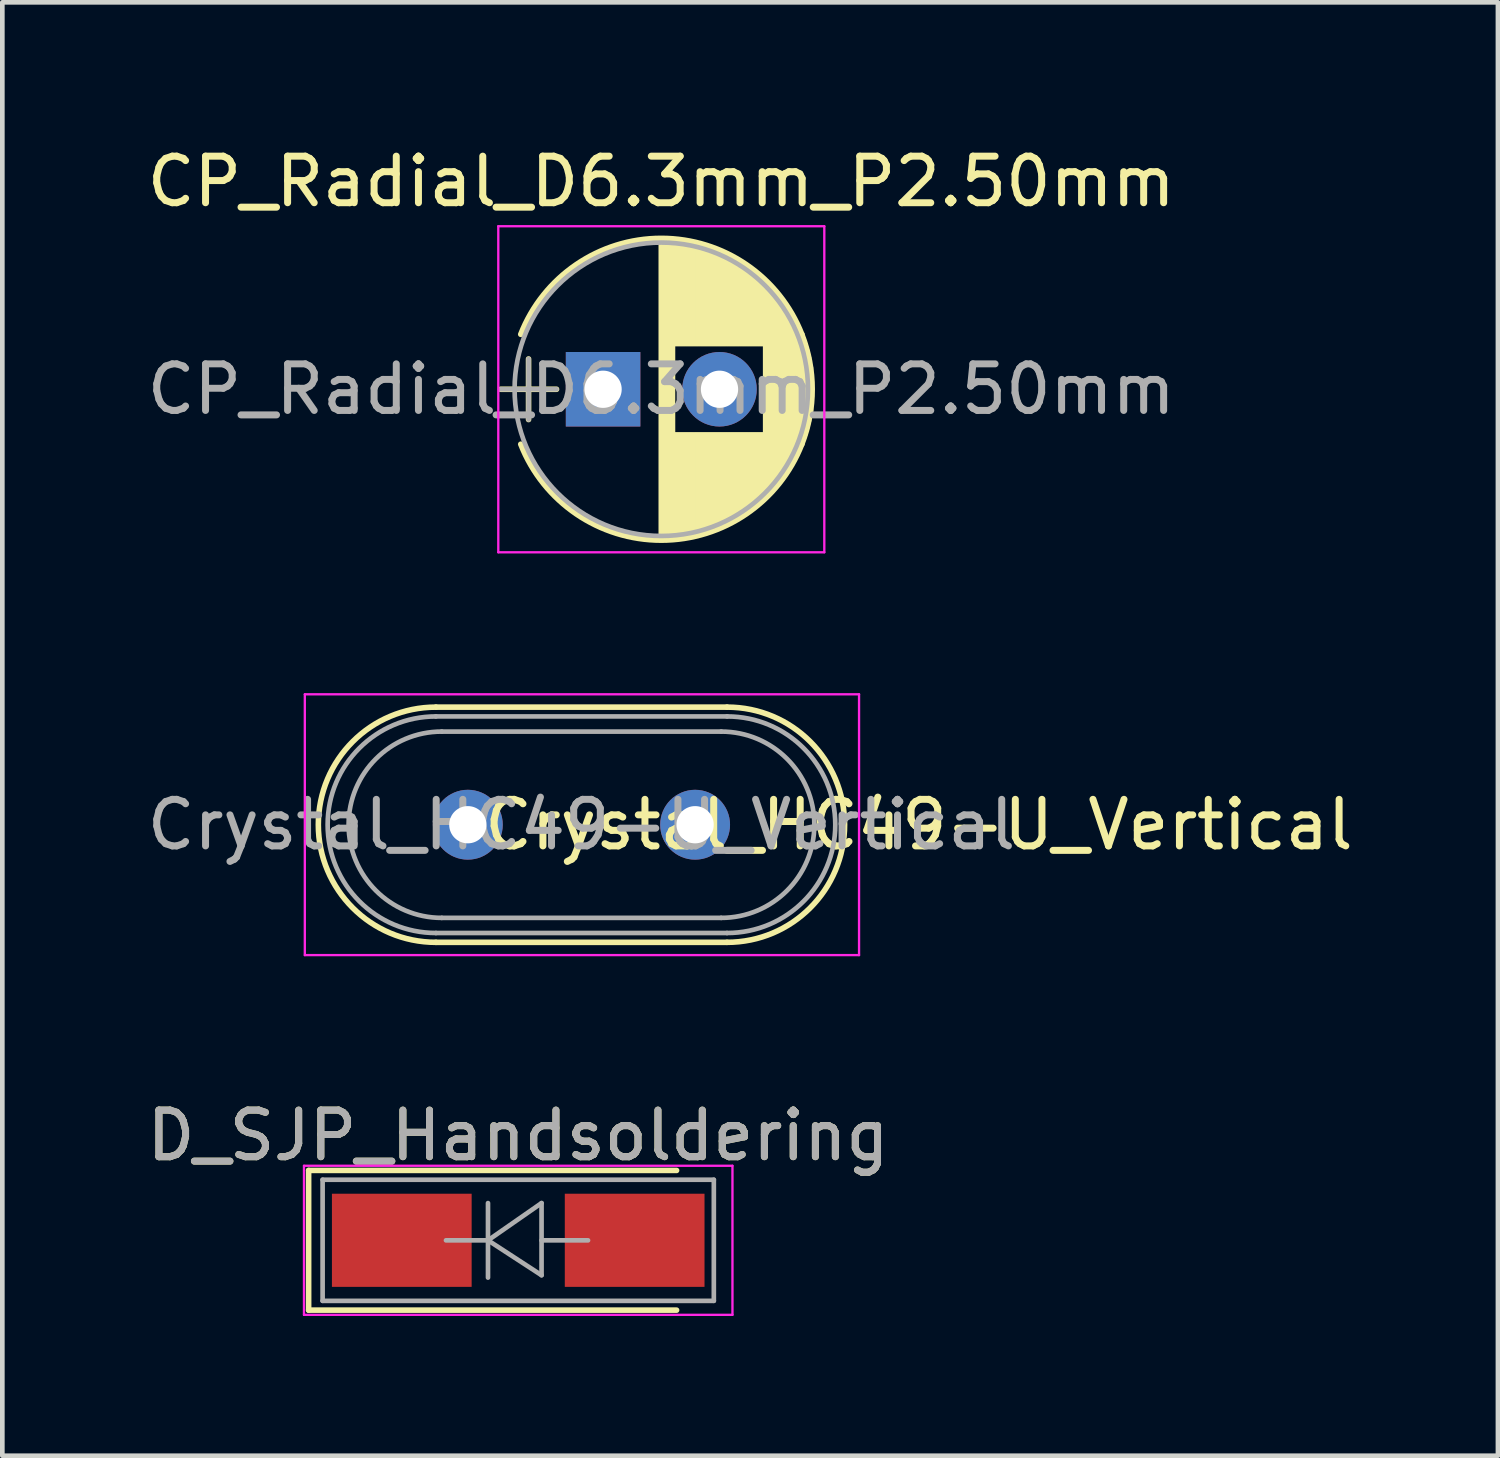
<source format=kicad_pcb>
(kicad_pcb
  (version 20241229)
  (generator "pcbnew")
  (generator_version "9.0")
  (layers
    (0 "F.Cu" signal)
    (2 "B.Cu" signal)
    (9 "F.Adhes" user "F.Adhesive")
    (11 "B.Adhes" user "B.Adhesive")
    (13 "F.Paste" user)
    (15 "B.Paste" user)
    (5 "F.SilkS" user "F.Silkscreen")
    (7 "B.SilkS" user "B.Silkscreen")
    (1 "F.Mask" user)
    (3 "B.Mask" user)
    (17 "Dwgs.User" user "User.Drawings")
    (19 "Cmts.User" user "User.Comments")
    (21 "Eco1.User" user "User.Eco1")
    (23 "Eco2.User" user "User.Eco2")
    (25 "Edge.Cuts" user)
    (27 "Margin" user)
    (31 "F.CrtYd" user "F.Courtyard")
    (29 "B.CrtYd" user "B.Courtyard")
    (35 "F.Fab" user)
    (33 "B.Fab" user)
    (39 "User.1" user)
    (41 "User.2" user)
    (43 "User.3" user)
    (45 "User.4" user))
  (footprint "Crystal_HC49-U_Vertical"
    (layer "F.Cu")
    (at 6.995 14.658)
    (property "Reference" "Crystal_HC49-U_Vertical" (at 9.684 0 0) (layer "F.SilkS") (effects (font (size 1 1) (thickness 0.15))))
    (attr through_hole)
    (fp_line (start -0.685 -2.525) (end 5.565 -2.525) (stroke (width 0.12) (type solid)) (layer "F.SilkS"))
    (fp_line (start -0.685 2.525) (end 5.565 2.525) (stroke (width 0.12) (type solid)) (layer "F.SilkS"))
    (fp_arc (start -0.685 2.525) (mid -3.21 0) (end -0.685 -2.525) (stroke (width 0.12) (type solid)) (layer "F.SilkS"))
    (fp_arc (start 5.565 -2.525) (mid 8.09 0) (end 5.565 2.525) (stroke (width 0.12) (type solid)) (layer "F.SilkS"))
    (fp_line (start -3.5 -2.8) (end -3.5 2.8) (stroke (width 0.05) (type solid)) (layer "F.CrtYd"))
    (fp_line (start -3.5 2.8) (end 8.4 2.8) (stroke (width 0.05) (type solid)) (layer "F.CrtYd"))
    (fp_line (start 8.4 -2.8) (end -3.5 -2.8) (stroke (width 0.05) (type solid)) (layer "F.CrtYd"))
    (fp_line (start 8.4 2.8) (end 8.4 -2.8) (stroke (width 0.05) (type solid)) (layer "F.CrtYd"))
    (fp_line (start -0.685 -2.325) (end 5.565 -2.325) (stroke (width 0.1) (type solid)) (layer "F.Fab"))
    (fp_line (start -0.685 2.325) (end 5.565 2.325) (stroke (width 0.1) (type solid)) (layer "F.Fab"))
    (fp_line (start -0.56 -2) (end 5.44 -2) (stroke (width 0.1) (type solid)) (layer "F.Fab"))
    (fp_line (start -0.56 2) (end 5.44 2) (stroke (width 0.1) (type solid)) (layer "F.Fab"))
    (fp_arc (start -0.685 2.325) (mid -3.01 0) (end -0.685 -2.325) (stroke (width 0.1) (type solid)) (layer "F.Fab"))
    (fp_arc (start -0.56 2) (mid -2.56 0) (end -0.56 -2) (stroke (width 0.1) (type solid)) (layer "F.Fab"))
    (fp_arc (start 5.44 -2) (mid 7.44 0) (end 5.44 2) (stroke (width 0.1) (type solid)) (layer "F.Fab"))
    (fp_arc (start 5.565 -2.325) (mid 7.89 0) (end 5.565 2.325) (stroke (width 0.1) (type solid)) (layer "F.Fab"))
    (fp_text user "${REFERENCE}" (at 2.44 0 0) (layer "F.Fab") (effects (font (size 1 1) (thickness 0.15))))
    (pad "1" thru_hole circle (at 0 0) (size 1.5 1.5) (drill 0.8) (layers "*.Cu" "*.Mask"))
    (pad "2" thru_hole circle (at 4.88 0) (size 1.5 1.5) (drill 0.8) (layers "*.Cu" "*.Mask")))
  (footprint "CP_Radial_D6.3mm_P2.50mm"
    (layer "F.Cu")
    (at 9.899 5.308)
    (property "Reference" "CP_Radial_D6.3mm_P2.50mm" (at 1.25 -4.46 180) (layer "F.SilkS") (effects (font (size 1 1) (thickness 0.15))))
    (attr through_hole)
    (fp_line (start -2.2 0) (end -1 0) (stroke (width 0.12) (type solid)) (layer "F.SilkS"))
    (fp_line (start -1.6 -0.65) (end -1.6 0.65) (stroke (width 0.12) (type solid)) (layer "F.SilkS"))
    (fp_line (start 1.25 -3.2) (end 1.25 3.2) (stroke (width 0.12) (type solid)) (layer "F.SilkS"))
    (fp_line (start 1.29 -3.2) (end 1.29 3.2) (stroke (width 0.12) (type solid)) (layer "F.SilkS"))
    (fp_line (start 1.33 -3.2) (end 1.33 3.2) (stroke (width 0.12) (type solid)) (layer "F.SilkS"))
    (fp_line (start 1.37 -3.198) (end 1.37 3.198) (stroke (width 0.12) (type solid)) (layer "F.SilkS"))
    (fp_line (start 1.41 -3.197) (end 1.41 3.197) (stroke (width 0.12) (type solid)) (layer "F.SilkS"))
    (fp_line (start 1.45 -3.194) (end 1.45 3.194) (stroke (width 0.12) (type solid)) (layer "F.SilkS"))
    (fp_line (start 1.49 -3.192) (end 1.49 3.192) (stroke (width 0.12) (type solid)) (layer "F.SilkS"))
    (fp_line (start 1.53 -3.188) (end 1.53 -0.98) (stroke (width 0.12) (type solid)) (layer "F.SilkS"))
    (fp_line (start 1.53 0.98) (end 1.53 3.188) (stroke (width 0.12) (type solid)) (layer "F.SilkS"))
    (fp_line (start 1.57 -3.185) (end 1.57 -0.98) (stroke (width 0.12) (type solid)) (layer "F.SilkS"))
    (fp_line (start 1.57 0.98) (end 1.57 3.185) (stroke (width 0.12) (type solid)) (layer "F.SilkS"))
    (fp_line (start 1.61 -3.18) (end 1.61 -0.98) (stroke (width 0.12) (type solid)) (layer "F.SilkS"))
    (fp_line (start 1.61 0.98) (end 1.61 3.18) (stroke (width 0.12) (type solid)) (layer "F.SilkS"))
    (fp_line (start 1.65 -3.176) (end 1.65 -0.98) (stroke (width 0.12) (type solid)) (layer "F.SilkS"))
    (fp_line (start 1.65 0.98) (end 1.65 3.176) (stroke (width 0.12) (type solid)) (layer "F.SilkS"))
    (fp_line (start 1.69 -3.17) (end 1.69 -0.98) (stroke (width 0.12) (type solid)) (layer "F.SilkS"))
    (fp_line (start 1.69 0.98) (end 1.69 3.17) (stroke (width 0.12) (type solid)) (layer "F.SilkS"))
    (fp_line (start 1.73 -3.165) (end 1.73 -0.98) (stroke (width 0.12) (type solid)) (layer "F.SilkS"))
    (fp_line (start 1.73 0.98) (end 1.73 3.165) (stroke (width 0.12) (type solid)) (layer "F.SilkS"))
    (fp_line (start 1.77 -3.158) (end 1.77 -0.98) (stroke (width 0.12) (type solid)) (layer "F.SilkS"))
    (fp_line (start 1.77 0.98) (end 1.77 3.158) (stroke (width 0.12) (type solid)) (layer "F.SilkS"))
    (fp_line (start 1.81 -3.152) (end 1.81 -0.98) (stroke (width 0.12) (type solid)) (layer "F.SilkS"))
    (fp_line (start 1.81 0.98) (end 1.81 3.152) (stroke (width 0.12) (type solid)) (layer "F.SilkS"))
    (fp_line (start 1.85 -3.144) (end 1.85 -0.98) (stroke (width 0.12) (type solid)) (layer "F.SilkS"))
    (fp_line (start 1.85 0.98) (end 1.85 3.144) (stroke (width 0.12) (type solid)) (layer "F.SilkS"))
    (fp_line (start 1.89 -3.137) (end 1.89 -0.98) (stroke (width 0.12) (type solid)) (layer "F.SilkS"))
    (fp_line (start 1.89 0.98) (end 1.89 3.137) (stroke (width 0.12) (type solid)) (layer "F.SilkS"))
    (fp_line (start 1.93 -3.128) (end 1.93 -0.98) (stroke (width 0.12) (type solid)) (layer "F.SilkS"))
    (fp_line (start 1.93 0.98) (end 1.93 3.128) (stroke (width 0.12) (type solid)) (layer "F.SilkS"))
    (fp_line (start 1.971 -3.119) (end 1.971 -0.98) (stroke (width 0.12) (type solid)) (layer "F.SilkS"))
    (fp_line (start 1.971 0.98) (end 1.971 3.119) (stroke (width 0.12) (type solid)) (layer "F.SilkS"))
    (fp_line (start 2.011 -3.11) (end 2.011 -0.98) (stroke (width 0.12) (type solid)) (layer "F.SilkS"))
    (fp_line (start 2.011 0.98) (end 2.011 3.11) (stroke (width 0.12) (type solid)) (layer "F.SilkS"))
    (fp_line (start 2.051 -3.1) (end 2.051 -0.98) (stroke (width 0.12) (type solid)) (layer "F.SilkS"))
    (fp_line (start 2.051 0.98) (end 2.051 3.1) (stroke (width 0.12) (type solid)) (layer "F.SilkS"))
    (fp_line (start 2.091 -3.09) (end 2.091 -0.98) (stroke (width 0.12) (type solid)) (layer "F.SilkS"))
    (fp_line (start 2.091 0.98) (end 2.091 3.09) (stroke (width 0.12) (type solid)) (layer "F.SilkS"))
    (fp_line (start 2.131 -3.079) (end 2.131 -0.98) (stroke (width 0.12) (type solid)) (layer "F.SilkS"))
    (fp_line (start 2.131 0.98) (end 2.131 3.079) (stroke (width 0.12) (type solid)) (layer "F.SilkS"))
    (fp_line (start 2.171 -3.067) (end 2.171 -0.98) (stroke (width 0.12) (type solid)) (layer "F.SilkS"))
    (fp_line (start 2.171 0.98) (end 2.171 3.067) (stroke (width 0.12) (type solid)) (layer "F.SilkS"))
    (fp_line (start 2.211 -3.055) (end 2.211 -0.98) (stroke (width 0.12) (type solid)) (layer "F.SilkS"))
    (fp_line (start 2.211 0.98) (end 2.211 3.055) (stroke (width 0.12) (type solid)) (layer "F.SilkS"))
    (fp_line (start 2.251 -3.042) (end 2.251 -0.98) (stroke (width 0.12) (type solid)) (layer "F.SilkS"))
    (fp_line (start 2.251 0.98) (end 2.251 3.042) (stroke (width 0.12) (type solid)) (layer "F.SilkS"))
    (fp_line (start 2.291 -3.029) (end 2.291 -0.98) (stroke (width 0.12) (type solid)) (layer "F.SilkS"))
    (fp_line (start 2.291 0.98) (end 2.291 3.029) (stroke (width 0.12) (type solid)) (layer "F.SilkS"))
    (fp_line (start 2.331 -3.015) (end 2.331 -0.98) (stroke (width 0.12) (type solid)) (layer "F.SilkS"))
    (fp_line (start 2.331 0.98) (end 2.331 3.015) (stroke (width 0.12) (type solid)) (layer "F.SilkS"))
    (fp_line (start 2.371 -3.001) (end 2.371 -0.98) (stroke (width 0.12) (type solid)) (layer "F.SilkS"))
    (fp_line (start 2.371 0.98) (end 2.371 3.001) (stroke (width 0.12) (type solid)) (layer "F.SilkS"))
    (fp_line (start 2.411 -2.986) (end 2.411 -0.98) (stroke (width 0.12) (type solid)) (layer "F.SilkS"))
    (fp_line (start 2.411 0.98) (end 2.411 2.986) (stroke (width 0.12) (type solid)) (layer "F.SilkS"))
    (fp_line (start 2.451 -2.97) (end 2.451 -0.98) (stroke (width 0.12) (type solid)) (layer "F.SilkS"))
    (fp_line (start 2.451 0.98) (end 2.451 2.97) (stroke (width 0.12) (type solid)) (layer "F.SilkS"))
    (fp_line (start 2.491 -2.954) (end 2.491 -0.98) (stroke (width 0.12) (type solid)) (layer "F.SilkS"))
    (fp_line (start 2.491 0.98) (end 2.491 2.954) (stroke (width 0.12) (type solid)) (layer "F.SilkS"))
    (fp_line (start 2.531 -2.937) (end 2.531 -0.98) (stroke (width 0.12) (type solid)) (layer "F.SilkS"))
    (fp_line (start 2.531 0.98) (end 2.531 2.937) (stroke (width 0.12) (type solid)) (layer "F.SilkS"))
    (fp_line (start 2.571 -2.919) (end 2.571 -0.98) (stroke (width 0.12) (type solid)) (layer "F.SilkS"))
    (fp_line (start 2.571 0.98) (end 2.571 2.919) (stroke (width 0.12) (type solid)) (layer "F.SilkS"))
    (fp_line (start 2.611 -2.901) (end 2.611 -0.98) (stroke (width 0.12) (type solid)) (layer "F.SilkS"))
    (fp_line (start 2.611 0.98) (end 2.611 2.901) (stroke (width 0.12) (type solid)) (layer "F.SilkS"))
    (fp_line (start 2.651 -2.882) (end 2.651 -0.98) (stroke (width 0.12) (type solid)) (layer "F.SilkS"))
    (fp_line (start 2.651 0.98) (end 2.651 2.882) (stroke (width 0.12) (type solid)) (layer "F.SilkS"))
    (fp_line (start 2.691 -2.863) (end 2.691 -0.98) (stroke (width 0.12) (type solid)) (layer "F.SilkS"))
    (fp_line (start 2.691 0.98) (end 2.691 2.863) (stroke (width 0.12) (type solid)) (layer "F.SilkS"))
    (fp_line (start 2.731 -2.843) (end 2.731 -0.98) (stroke (width 0.12) (type solid)) (layer "F.SilkS"))
    (fp_line (start 2.731 0.98) (end 2.731 2.843) (stroke (width 0.12) (type solid)) (layer "F.SilkS"))
    (fp_line (start 2.771 -2.822) (end 2.771 -0.98) (stroke (width 0.12) (type solid)) (layer "F.SilkS"))
    (fp_line (start 2.771 0.98) (end 2.771 2.822) (stroke (width 0.12) (type solid)) (layer "F.SilkS"))
    (fp_line (start 2.811 -2.8) (end 2.811 -0.98) (stroke (width 0.12) (type solid)) (layer "F.SilkS"))
    (fp_line (start 2.811 0.98) (end 2.811 2.8) (stroke (width 0.12) (type solid)) (layer "F.SilkS"))
    (fp_line (start 2.851 -2.778) (end 2.851 -0.98) (stroke (width 0.12) (type solid)) (layer "F.SilkS"))
    (fp_line (start 2.851 0.98) (end 2.851 2.778) (stroke (width 0.12) (type solid)) (layer "F.SilkS"))
    (fp_line (start 2.891 -2.755) (end 2.891 -0.98) (stroke (width 0.12) (type solid)) (layer "F.SilkS"))
    (fp_line (start 2.891 0.98) (end 2.891 2.755) (stroke (width 0.12) (type solid)) (layer "F.SilkS"))
    (fp_line (start 2.931 -2.731) (end 2.931 -0.98) (stroke (width 0.12) (type solid)) (layer "F.SilkS"))
    (fp_line (start 2.931 0.98) (end 2.931 2.731) (stroke (width 0.12) (type solid)) (layer "F.SilkS"))
    (fp_line (start 2.971 -2.706) (end 2.971 -0.98) (stroke (width 0.12) (type solid)) (layer "F.SilkS"))
    (fp_line (start 2.971 0.98) (end 2.971 2.706) (stroke (width 0.12) (type solid)) (layer "F.SilkS"))
    (fp_line (start 3.011 -2.681) (end 3.011 -0.98) (stroke (width 0.12) (type solid)) (layer "F.SilkS"))
    (fp_line (start 3.011 0.98) (end 3.011 2.681) (stroke (width 0.12) (type solid)) (layer "F.SilkS"))
    (fp_line (start 3.051 -2.654) (end 3.051 -0.98) (stroke (width 0.12) (type solid)) (layer "F.SilkS"))
    (fp_line (start 3.051 0.98) (end 3.051 2.654) (stroke (width 0.12) (type solid)) (layer "F.SilkS"))
    (fp_line (start 3.091 -2.627) (end 3.091 -0.98) (stroke (width 0.12) (type solid)) (layer "F.SilkS"))
    (fp_line (start 3.091 0.98) (end 3.091 2.627) (stroke (width 0.12) (type solid)) (layer "F.SilkS"))
    (fp_line (start 3.131 -2.599) (end 3.131 -0.98) (stroke (width 0.12) (type solid)) (layer "F.SilkS"))
    (fp_line (start 3.131 0.98) (end 3.131 2.599) (stroke (width 0.12) (type solid)) (layer "F.SilkS"))
    (fp_line (start 3.171 -2.57) (end 3.171 -0.98) (stroke (width 0.12) (type solid)) (layer "F.SilkS"))
    (fp_line (start 3.171 0.98) (end 3.171 2.57) (stroke (width 0.12) (type solid)) (layer "F.SilkS"))
    (fp_line (start 3.211 -2.54) (end 3.211 -0.98) (stroke (width 0.12) (type solid)) (layer "F.SilkS"))
    (fp_line (start 3.211 0.98) (end 3.211 2.54) (stroke (width 0.12) (type solid)) (layer "F.SilkS"))
    (fp_line (start 3.251 -2.51) (end 3.251 -0.98) (stroke (width 0.12) (type solid)) (layer "F.SilkS"))
    (fp_line (start 3.251 0.98) (end 3.251 2.51) (stroke (width 0.12) (type solid)) (layer "F.SilkS"))
    (fp_line (start 3.291 -2.478) (end 3.291 -0.98) (stroke (width 0.12) (type solid)) (layer "F.SilkS"))
    (fp_line (start 3.291 0.98) (end 3.291 2.478) (stroke (width 0.12) (type solid)) (layer "F.SilkS"))
    (fp_line (start 3.331 -2.445) (end 3.331 -0.98) (stroke (width 0.12) (type solid)) (layer "F.SilkS"))
    (fp_line (start 3.331 0.98) (end 3.331 2.445) (stroke (width 0.12) (type solid)) (layer "F.SilkS"))
    (fp_line (start 3.371 -2.411) (end 3.371 -0.98) (stroke (width 0.12) (type solid)) (layer "F.SilkS"))
    (fp_line (start 3.371 0.98) (end 3.371 2.411) (stroke (width 0.12) (type solid)) (layer "F.SilkS"))
    (fp_line (start 3.411 -2.375) (end 3.411 -0.98) (stroke (width 0.12) (type solid)) (layer "F.SilkS"))
    (fp_line (start 3.411 0.98) (end 3.411 2.375) (stroke (width 0.12) (type solid)) (layer "F.SilkS"))
    (fp_line (start 3.451 -2.339) (end 3.451 -0.98) (stroke (width 0.12) (type solid)) (layer "F.SilkS"))
    (fp_line (start 3.451 0.98) (end 3.451 2.339) (stroke (width 0.12) (type solid)) (layer "F.SilkS"))
    (fp_line (start 3.491 -2.301) (end 3.491 2.301) (stroke (width 0.12) (type solid)) (layer "F.SilkS"))
    (fp_line (start 3.531 -2.262) (end 3.531 2.262) (stroke (width 0.12) (type solid)) (layer "F.SilkS"))
    (fp_line (start 3.571 -2.222) (end 3.571 2.222) (stroke (width 0.12) (type solid)) (layer "F.SilkS"))
    (fp_line (start 3.611 -2.18) (end 3.611 2.18) (stroke (width 0.12) (type solid)) (layer "F.SilkS"))
    (fp_line (start 3.651 -2.137) (end 3.651 2.137) (stroke (width 0.12) (type solid)) (layer "F.SilkS"))
    (fp_line (start 3.691 -2.092) (end 3.691 2.092) (stroke (width 0.12) (type solid)) (layer "F.SilkS"))
    (fp_line (start 3.731 -2.045) (end 3.731 2.045) (stroke (width 0.12) (type solid)) (layer "F.SilkS"))
    (fp_line (start 3.771 -1.997) (end 3.771 1.997) (stroke (width 0.12) (type solid)) (layer "F.SilkS"))
    (fp_line (start 3.811 -1.946) (end 3.811 1.946) (stroke (width 0.12) (type solid)) (layer "F.SilkS"))
    (fp_line (start 3.851 -1.894) (end 3.851 1.894) (stroke (width 0.12) (type solid)) (layer "F.SilkS"))
    (fp_line (start 3.891 -1.839) (end 3.891 1.839) (stroke (width 0.12) (type solid)) (layer "F.SilkS"))
    (fp_line (start 3.931 -1.781) (end 3.931 1.781) (stroke (width 0.12) (type solid)) (layer "F.SilkS"))
    (fp_line (start 3.971 -1.721) (end 3.971 1.721) (stroke (width 0.12) (type solid)) (layer "F.SilkS"))
    (fp_line (start 4.011 -1.658) (end 4.011 1.658) (stroke (width 0.12) (type solid)) (layer "F.SilkS"))
    (fp_line (start 4.051 -1.591) (end 4.051 1.591) (stroke (width 0.12) (type solid)) (layer "F.SilkS"))
    (fp_line (start 4.091 -1.52) (end 4.091 1.52) (stroke (width 0.12) (type solid)) (layer "F.SilkS"))
    (fp_line (start 4.131 -1.445) (end 4.131 1.445) (stroke (width 0.12) (type solid)) (layer "F.SilkS"))
    (fp_line (start 4.171 -1.364) (end 4.171 1.364) (stroke (width 0.12) (type solid)) (layer "F.SilkS"))
    (fp_line (start 4.211 -1.278) (end 4.211 1.278) (stroke (width 0.12) (type solid)) (layer "F.SilkS"))
    (fp_line (start 4.251 -1.184) (end 4.251 1.184) (stroke (width 0.12) (type solid)) (layer "F.SilkS"))
    (fp_line (start 4.291 -1.081) (end 4.291 1.081) (stroke (width 0.12) (type solid)) (layer "F.SilkS"))
    (fp_line (start 4.331 -0.966) (end 4.331 0.966) (stroke (width 0.12) (type solid)) (layer "F.SilkS"))
    (fp_line (start 4.371 -0.834) (end 4.371 0.834) (stroke (width 0.12) (type solid)) (layer "F.SilkS"))
    (fp_line (start 4.411 -0.676) (end 4.411 0.676) (stroke (width 0.12) (type solid)) (layer "F.SilkS"))
    (fp_line (start 4.451 -0.468) (end 4.451 0.468) (stroke (width 0.12) (type solid)) (layer "F.SilkS"))
    (fp_arc (start -1.767482 -1.18) (mid 1.250464 -3.24) (end 4.26782 -1.179135) (stroke (width 0.12) (type solid)) (layer "F.SilkS"))
    (fp_arc (start 4.267482 -1.18) (mid 4.49 -0.000464) (end 4.26782 1.179135) (stroke (width 0.12) (type solid)) (layer "F.SilkS"))
    (fp_arc (start 4.26782 1.179135) (mid 1.250464 3.239999) (end -1.767482 1.18) (stroke (width 0.12) (type solid)) (layer "F.SilkS"))
    (fp_line (start -2.25 -3.5) (end -2.25 3.5) (stroke (width 0.05) (type solid)) (layer "F.CrtYd"))
    (fp_line (start -2.25 3.5) (end 4.75 3.5) (stroke (width 0.05) (type solid)) (layer "F.CrtYd"))
    (fp_line (start 4.75 -3.5) (end -2.25 -3.5) (stroke (width 0.05) (type solid)) (layer "F.CrtYd"))
    (fp_line (start 4.75 3.5) (end 4.75 -3.5) (stroke (width 0.05) (type solid)) (layer "F.CrtYd"))
    (fp_line (start -2.2 0) (end -1 0) (stroke (width 0.1) (type solid)) (layer "F.Fab"))
    (fp_line (start -1.6 -0.65) (end -1.6 0.65) (stroke (width 0.1) (type solid)) (layer "F.Fab"))
    (fp_circle (center 1.25 0) (end 4.4 0) (stroke (width 0.1) (type solid)) (fill no) (layer "F.Fab"))
    (fp_text user "${REFERENCE}" (at 1.25 0 180) (layer "F.Fab") (effects (font (size 1 1) (thickness 0.15))))
    (pad "1" thru_hole rect (at 0 0) (size 1.6 1.6) (drill 0.8) (layers "*.Cu" "*.Mask"))
    (pad "2" thru_hole circle (at 2.5 0) (size 1.6 1.6) (drill 0.8) (layers "*.Cu" "*.Mask")))
  (footprint "D_SJP_Handsoldering"
    (layer "F.Cu")
    (at 8.077 23.581)
    (property "Reference" "D_SJP_Handsoldering" (at 0 -2.25 0) (layer "F.SilkS") (effects (font (size 1 1) (thickness 0.15))))
    (attr smd)
    (fp_line (start -4.5 -1.5) (end -4.5 1.5) (stroke (width 0.12) (type solid)) (layer "F.SilkS"))
    (fp_line (start -4.5 1.5) (end 3.4 1.5) (stroke (width 0.12) (type solid)) (layer "F.SilkS"))
    (fp_line (start 3.4 -1.5) (end -4.5 -1.5) (stroke (width 0.12) (type solid)) (layer "F.SilkS"))
    (fp_line (start -4.6 -1.6) (end 4.6 -1.6) (stroke (width 0.05) (type solid)) (layer "F.CrtYd"))
    (fp_line (start -4.6 1.6) (end -4.6 -1.6) (stroke (width 0.05) (type solid)) (layer "F.CrtYd"))
    (fp_line (start 4.6 -1.6) (end 4.6 1.6) (stroke (width 0.05) (type solid)) (layer "F.CrtYd"))
    (fp_line (start 4.6 1.6) (end -4.6 1.6) (stroke (width 0.05) (type solid)) (layer "F.CrtYd"))
    (fp_line (start -4.2 -1.3) (end -4.2 1.3) (stroke (width 0.1) (type solid)) (layer "F.Fab"))
    (fp_line (start -4.2 1.3) (end 4.2 1.3) (stroke (width 0.1) (type solid)) (layer "F.Fab"))
    (fp_line (start -0.649 -0.799) (end -0.649 0.801) (stroke (width 0.1) (type solid)) (layer "F.Fab"))
    (fp_line (start -0.649 0.001) (end -1.551 0.001) (stroke (width 0.1) (type solid)) (layer "F.Fab"))
    (fp_line (start -0.649 0.001) (end 0.501 -0.799) (stroke (width 0.1) (type solid)) (layer "F.Fab"))
    (fp_line (start -0.649 0.001) (end 0.501 0.75) (stroke (width 0.1) (type solid)) (layer "F.Fab"))
    (fp_line (start 0.501 0.001) (end 1.499 0.001) (stroke (width 0.1) (type solid)) (layer "F.Fab"))
    (fp_line (start 0.501 0.75) (end 0.501 -0.799) (stroke (width 0.1) (type solid)) (layer "F.Fab"))
    (fp_line (start 4.2 -1.3) (end -4.2 -1.3) (stroke (width 0.1) (type solid)) (layer "F.Fab"))
    (fp_line (start 4.2 1.3) (end 4.2 -1.3) (stroke (width 0.1) (type solid)) (layer "F.Fab"))
    (fp_text user "${REFERENCE}" (at 0 -2.25 0) (layer "F.Fab") (effects (font (size 1 1) (thickness 0.15))))
    (pad "1" smd rect (at -2.5 0) (size 3 2) (layers "F.Cu" "F.Mask" "F.Paste"))
    (pad "2" smd rect (at 2.5 0) (size 3 2) (layers "F.Cu" "F.Mask" "F.Paste")))
  (gr_rect
    (start -3 -3)
    (end 29.113 28.206)
    (stroke (width 0.1) (type default))
    (fill no)
    (layer "Edge.Cuts")))
</source>
